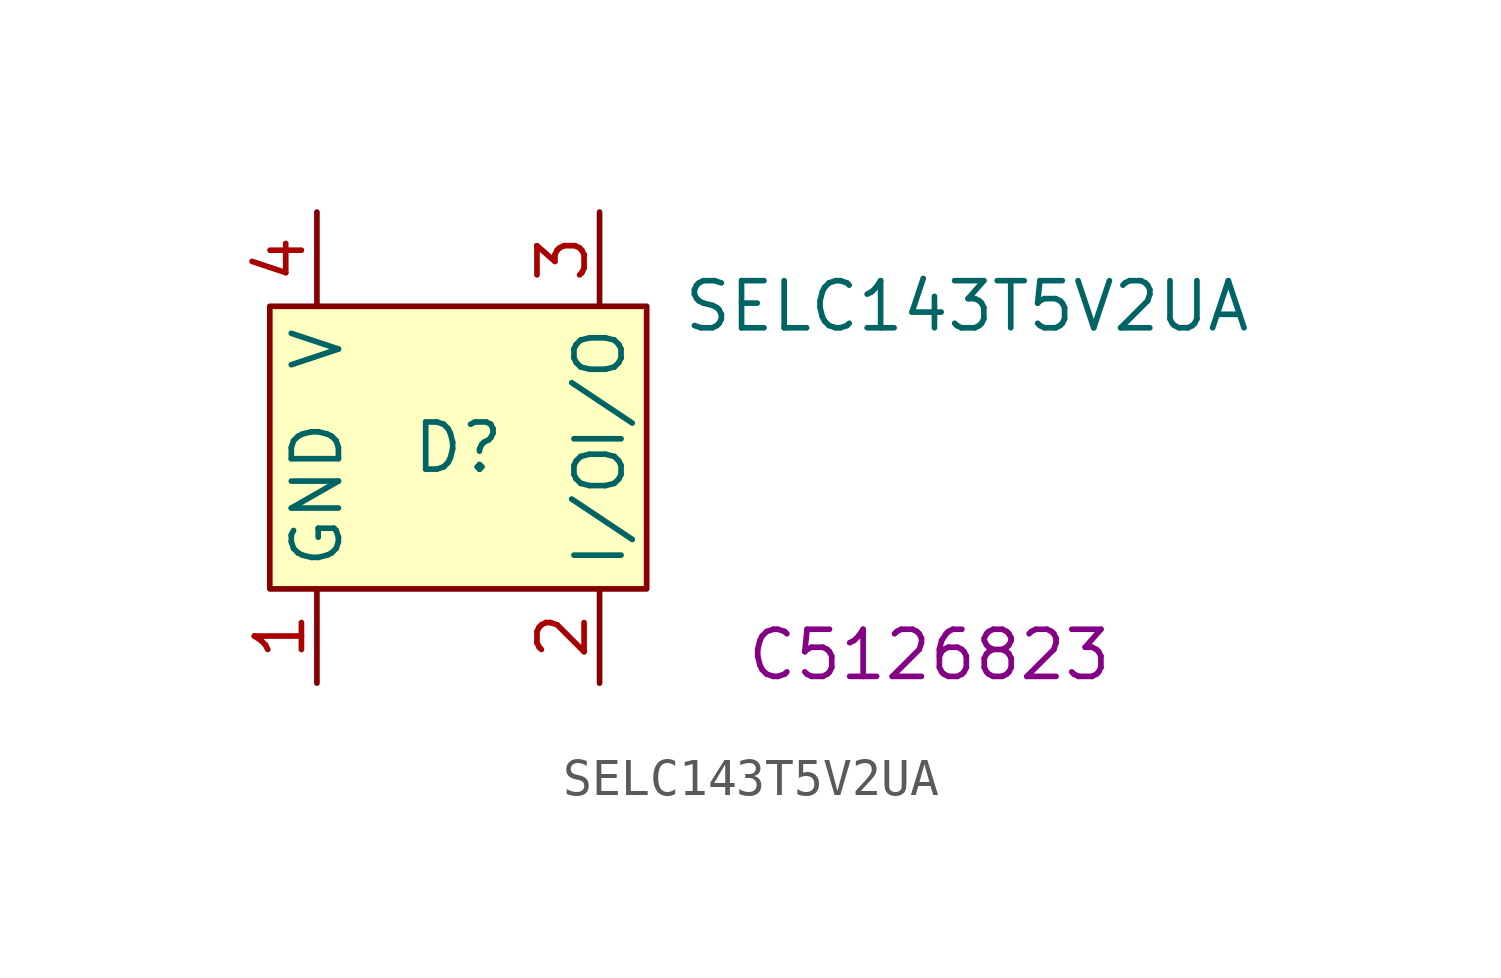
<source format=kicad_sym>
(kicad_symbol_lib
  (version 20231120)
  (generator "kicad_symbol_editor")
  (generator_version "8.0")
  (symbol "SELC143T5V2UA"
    (property "Reference" "D"
      (at 0 0 0)
      (effects (font (size 1.27 1.27))))
    (property "Value" "SELC143T5V2UA"
      (at 13.716 3.81 0)
      (effects (font (size 1.27 1.27))))
    (property "LCSC" "C5126823"
      (at 12.7 -5.588 0)
      (effects (font (size 1.27 1.27))))
    (symbol "SELC143T5V2UA_0_1"
      (rectangle (start -5.08 3.81) (end 5.08 -3.81) (stroke (width 0) (type default)) (fill (type background))))
    (symbol "SELC143T5V2UA_1_1"
      (pin power_in line (at -3.81 -6.35 90) (length 2.54) (name "GND" (effects (font (size 1.27 1.27)))) (number "1" (effects (font (size 1.27 1.27)))))
      (pin passive line (at 3.81 -6.35 90) (length 2.54) (name "I/O" (effects (font (size 1.27 1.27)))) (number "2" (effects (font (size 1.27 1.27)))))
      (pin passive line (at 3.81 6.35 270) (length 2.54) (name "I/O" (effects (font (size 1.27 1.27)))) (number "3" (effects (font (size 1.27 1.27)))))
      (pin power_in line (at -3.81 6.35 270) (length 2.54) (name "V" (effects (font (size 1.27 1.27)))) (number "4" (effects (font (size 1.27 1.27))))))))
</source>
